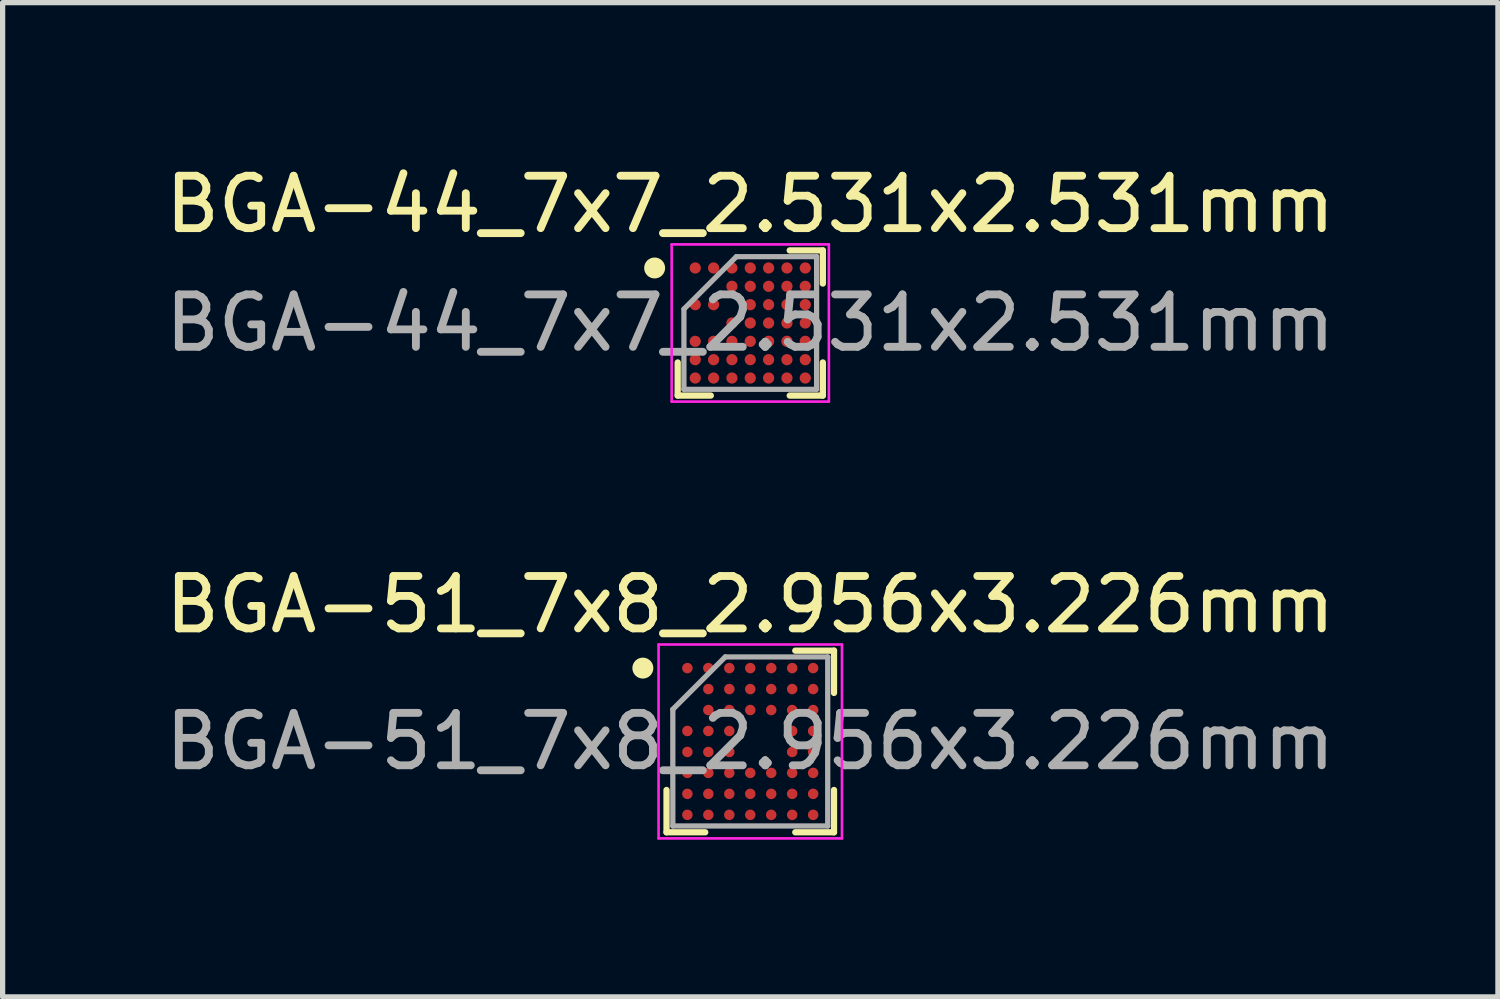
<source format=kicad_pcb>
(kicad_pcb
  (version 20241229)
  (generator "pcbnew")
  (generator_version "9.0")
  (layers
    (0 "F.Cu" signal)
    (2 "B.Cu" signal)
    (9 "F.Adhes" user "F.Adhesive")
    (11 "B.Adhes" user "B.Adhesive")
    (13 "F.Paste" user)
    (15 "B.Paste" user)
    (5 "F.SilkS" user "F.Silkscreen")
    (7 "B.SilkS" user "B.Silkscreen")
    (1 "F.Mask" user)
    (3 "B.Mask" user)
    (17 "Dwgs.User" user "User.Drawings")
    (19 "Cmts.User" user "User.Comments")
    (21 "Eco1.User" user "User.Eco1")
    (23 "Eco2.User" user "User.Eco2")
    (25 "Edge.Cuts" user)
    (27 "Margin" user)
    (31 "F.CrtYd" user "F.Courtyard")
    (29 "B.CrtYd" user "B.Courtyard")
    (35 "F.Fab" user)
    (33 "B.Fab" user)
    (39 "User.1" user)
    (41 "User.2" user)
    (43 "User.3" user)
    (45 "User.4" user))
  (footprint "BGA-44_7x7_2.531x2.531mm"
    (layer "F.Cu")
    (at 11.268 3.114)
    (property "Reference" "BGA-44_7x7_2.531x2.531mm" (at 0 -2.265 0) (layer "F.SilkS") (effects (font (size 1 1) (thickness 0.15))))
    (attr smd)
    (fp_line (start -1.385 1.385) (end -1.385 0.753) (stroke (width 0.12) (type default)) (layer "F.SilkS"))
    (fp_line (start -0.753 1.385) (end -1.385 1.385) (stroke (width 0.12) (type default)) (layer "F.SilkS"))
    (fp_line (start 0.753 -1.385) (end 1.385 -1.385) (stroke (width 0.12) (type default)) (layer "F.SilkS"))
    (fp_line (start 0.753 1.385) (end 1.385 1.385) (stroke (width 0.12) (type default)) (layer "F.SilkS"))
    (fp_line (start 1.385 -1.385) (end 1.385 -0.753) (stroke (width 0.12) (type default)) (layer "F.SilkS"))
    (fp_line (start 1.385 1.385) (end 1.385 0.753) (stroke (width 0.12) (type default)) (layer "F.SilkS"))
    (fp_circle (center -1.825 -1.05) (end -1.825 -0.95) (stroke (width 0.2) (type default)) (fill no) (layer "F.SilkS"))
    (fp_line (start -1.5 -1.5) (end 1.5 -1.5) (stroke (width 0.05) (type default)) (layer "F.CrtYd"))
    (fp_line (start -1.5 1.5) (end -1.5 -1.5) (stroke (width 0.05) (type default)) (layer "F.CrtYd"))
    (fp_line (start 1.5 -1.5) (end 1.5 1.5) (stroke (width 0.05) (type default)) (layer "F.CrtYd"))
    (fp_line (start 1.5 1.5) (end -1.5 1.5) (stroke (width 0.05) (type default)) (layer "F.CrtYd"))
    (fp_line (start -1.266 -0.266) (end -1.266 1.266) (stroke (width 0.1) (type default)) (layer "F.Fab"))
    (fp_line (start -1.266 1.266) (end 1.266 1.266) (stroke (width 0.1) (type default)) (layer "F.Fab"))
    (fp_line (start -0.266 -1.266) (end -1.266 -0.266) (stroke (width 0.1) (type default)) (layer "F.Fab"))
    (fp_line (start 1.266 -1.266) (end -0.266 -1.266) (stroke (width 0.1) (type default)) (layer "F.Fab"))
    (fp_line (start 1.266 1.266) (end 1.266 -1.266) (stroke (width 0.1) (type default)) (layer "F.Fab"))
    (fp_text user "${REFERENCE}" (at 0 0 0) (layer "F.Fab") (effects (font (size 1 1) (thickness 0.15))))
    (pad "A1" smd circle (at -1.05 -1.05) (size 0.214 0.214) (layers "F.Cu" "F.Mask" "F.Paste"))
    (pad "A2" smd circle (at -0.7 -1.05) (size 0.214 0.214) (layers "F.Cu" "F.Mask" "F.Paste"))
    (pad "A3" smd circle (at -0.35 -1.05) (size 0.214 0.214) (layers "F.Cu" "F.Mask" "F.Paste"))
    (pad "A4" smd circle (at 0 -1.05) (size 0.214 0.214) (layers "F.Cu" "F.Mask" "F.Paste"))
    (pad "A5" smd circle (at 0.35 -1.05) (size 0.214 0.214) (layers "F.Cu" "F.Mask" "F.Paste"))
    (pad "A6" smd circle (at 0.7 -1.05) (size 0.214 0.214) (layers "F.Cu" "F.Mask" "F.Paste"))
    (pad "A7" smd circle (at 1.05 -1.05) (size 0.214 0.214) (layers "F.Cu" "F.Mask" "F.Paste"))
    (pad "B3" smd circle (at -0.35 -0.7) (size 0.214 0.214) (layers "F.Cu" "F.Mask" "F.Paste"))
    (pad "B4" smd circle (at 0 -0.7) (size 0.214 0.214) (layers "F.Cu" "F.Mask" "F.Paste"))
    (pad "B5" smd circle (at 0.35 -0.7) (size 0.214 0.214) (layers "F.Cu" "F.Mask" "F.Paste"))
    (pad "B6" smd circle (at 0.7 -0.7) (size 0.214 0.214) (layers "F.Cu" "F.Mask" "F.Paste"))
    (pad "B7" smd circle (at 1.05 -0.7) (size 0.214 0.214) (layers "F.Cu" "F.Mask" "F.Paste"))
    (pad "C1" smd circle (at -1.05 -0.35) (size 0.214 0.214) (layers "F.Cu" "F.Mask" "F.Paste"))
    (pad "C2" smd circle (at -0.7 -0.35) (size 0.214 0.214) (layers "F.Cu" "F.Mask" "F.Paste"))
    (pad "C4" smd circle (at 0 -0.35) (size 0.214 0.214) (layers "F.Cu" "F.Mask" "F.Paste"))
    (pad "C5" smd circle (at 0.35 -0.35) (size 0.214 0.214) (layers "F.Cu" "F.Mask" "F.Paste"))
    (pad "C6" smd circle (at 0.7 -0.35) (size 0.214 0.214) (layers "F.Cu" "F.Mask" "F.Paste"))
    (pad "C7" smd circle (at 1.05 -0.35) (size 0.214 0.214) (layers "F.Cu" "F.Mask" "F.Paste"))
    (pad "D3" smd circle (at -0.35 0) (size 0.214 0.214) (layers "F.Cu" "F.Mask" "F.Paste"))
    (pad "D4" smd circle (at 0 0) (size 0.214 0.214) (layers "F.Cu" "F.Mask" "F.Paste"))
    (pad "D5" smd circle (at 0.35 0) (size 0.214 0.214) (layers "F.Cu" "F.Mask" "F.Paste"))
    (pad "D6" smd circle (at 0.7 0) (size 0.214 0.214) (layers "F.Cu" "F.Mask" "F.Paste"))
    (pad "D7" smd circle (at 1.05 0) (size 0.214 0.214) (layers "F.Cu" "F.Mask" "F.Paste"))
    (pad "E1" smd circle (at -1.05 0.35) (size 0.214 0.214) (layers "F.Cu" "F.Mask" "F.Paste"))
    (pad "E2" smd circle (at -0.7 0.35) (size 0.214 0.214) (layers "F.Cu" "F.Mask" "F.Paste"))
    (pad "E3" smd circle (at -0.35 0.35) (size 0.214 0.214) (layers "F.Cu" "F.Mask" "F.Paste"))
    (pad "E4" smd circle (at 0 0.35) (size 0.214 0.214) (layers "F.Cu" "F.Mask" "F.Paste"))
    (pad "E5" smd circle (at 0.35 0.35) (size 0.214 0.214) (layers "F.Cu" "F.Mask" "F.Paste"))
    (pad "E6" smd circle (at 0.7 0.35) (size 0.214 0.214) (layers "F.Cu" "F.Mask" "F.Paste"))
    (pad "E7" smd circle (at 1.05 0.35) (size 0.214 0.214) (layers "F.Cu" "F.Mask" "F.Paste"))
    (pad "F1" smd circle (at -1.05 0.7) (size 0.214 0.214) (layers "F.Cu" "F.Mask" "F.Paste"))
    (pad "F2" smd circle (at -0.7 0.7) (size 0.214 0.214) (layers "F.Cu" "F.Mask" "F.Paste"))
    (pad "F3" smd circle (at -0.35 0.7) (size 0.214 0.214) (layers "F.Cu" "F.Mask" "F.Paste"))
    (pad "F4" smd circle (at 0 0.7) (size 0.214 0.214) (layers "F.Cu" "F.Mask" "F.Paste"))
    (pad "F5" smd circle (at 0.35 0.7) (size 0.214 0.214) (layers "F.Cu" "F.Mask" "F.Paste"))
    (pad "F6" smd circle (at 0.7 0.7) (size 0.214 0.214) (layers "F.Cu" "F.Mask" "F.Paste"))
    (pad "F7" smd circle (at 1.05 0.7) (size 0.214 0.214) (layers "F.Cu" "F.Mask" "F.Paste"))
    (pad "G1" smd circle (at -1.05 1.05) (size 0.214 0.214) (layers "F.Cu" "F.Mask" "F.Paste"))
    (pad "G2" smd circle (at -0.7 1.05) (size 0.214 0.214) (layers "F.Cu" "F.Mask" "F.Paste"))
    (pad "G3" smd circle (at -0.35 1.05) (size 0.214 0.214) (layers "F.Cu" "F.Mask" "F.Paste"))
    (pad "G4" smd circle (at 0 1.05) (size 0.214 0.214) (layers "F.Cu" "F.Mask" "F.Paste"))
    (pad "G5" smd circle (at 0.35 1.05) (size 0.214 0.214) (layers "F.Cu" "F.Mask" "F.Paste"))
    (pad "G6" smd circle (at 0.7 1.05) (size 0.214 0.214) (layers "F.Cu" "F.Mask" "F.Paste"))
    (pad "G7" smd circle (at 1.05 1.05) (size 0.214 0.214) (layers "F.Cu" "F.Mask" "F.Paste")))
  (footprint "BGA-51_7x8_2.956x3.226mm"
    (layer "F.Cu")
    (at 11.268 11.1)
    (property "Reference" "BGA-51_7x8_2.956x3.226mm" (at 0 -2.613 0) (layer "F.SilkS") (effects (font (size 1 1) (thickness 0.15))))
    (attr smd)
    (fp_line (start -1.598 1.733) (end -1.598 0.926) (stroke (width 0.12) (type default)) (layer "F.SilkS"))
    (fp_line (start -0.859 1.733) (end -1.598 1.733) (stroke (width 0.12) (type default)) (layer "F.SilkS"))
    (fp_line (start 0.859 -1.733) (end 1.598 -1.733) (stroke (width 0.12) (type default)) (layer "F.SilkS"))
    (fp_line (start 0.859 1.733) (end 1.598 1.733) (stroke (width 0.12) (type default)) (layer "F.SilkS"))
    (fp_line (start 1.598 -1.733) (end 1.598 -0.926) (stroke (width 0.12) (type default)) (layer "F.SilkS"))
    (fp_line (start 1.598 1.733) (end 1.598 0.926) (stroke (width 0.12) (type default)) (layer "F.SilkS"))
    (fp_circle (center -2.05 -1.4) (end -2.05 -1.3) (stroke (width 0.2) (type default)) (fill no) (layer "F.SilkS"))
    (fp_line (start -1.75 -1.85) (end 1.75 -1.85) (stroke (width 0.05) (type default)) (layer "F.CrtYd"))
    (fp_line (start -1.75 1.85) (end -1.75 -1.85) (stroke (width 0.05) (type default)) (layer "F.CrtYd"))
    (fp_line (start 1.75 -1.85) (end 1.75 1.85) (stroke (width 0.05) (type default)) (layer "F.CrtYd"))
    (fp_line (start 1.75 1.85) (end -1.75 1.85) (stroke (width 0.05) (type default)) (layer "F.CrtYd"))
    (fp_line (start -1.478 -0.613) (end -1.478 1.613) (stroke (width 0.1) (type default)) (layer "F.Fab"))
    (fp_line (start -1.478 1.613) (end 1.478 1.613) (stroke (width 0.1) (type default)) (layer "F.Fab"))
    (fp_line (start -0.478 -1.613) (end -1.478 -0.613) (stroke (width 0.1) (type default)) (layer "F.Fab"))
    (fp_line (start 1.478 -1.613) (end -0.478 -1.613) (stroke (width 0.1) (type default)) (layer "F.Fab"))
    (fp_line (start 1.478 1.613) (end 1.478 -1.613) (stroke (width 0.1) (type default)) (layer "F.Fab"))
    (fp_text user "${REFERENCE}" (at 0 0 0) (layer "F.Fab") (effects (font (size 1 1) (thickness 0.15))))
    (pad "A1" smd circle (at -1.2 -1.4) (size 0.2 0.2) (layers "F.Cu" "F.Mask" "F.Paste"))
    (pad "A2" smd circle (at -0.8 -1.4) (size 0.2 0.2) (layers "F.Cu" "F.Mask" "F.Paste"))
    (pad "A3" smd circle (at -0.4 -1.4) (size 0.2 0.2) (layers "F.Cu" "F.Mask" "F.Paste"))
    (pad "A4" smd circle (at 0 -1.4) (size 0.2 0.2) (layers "F.Cu" "F.Mask" "F.Paste"))
    (pad "A5" smd circle (at 0.4 -1.4) (size 0.2 0.2) (layers "F.Cu" "F.Mask" "F.Paste"))
    (pad "A6" smd circle (at 0.8 -1.4) (size 0.2 0.2) (layers "F.Cu" "F.Mask" "F.Paste"))
    (pad "A7" smd circle (at 1.2 -1.4) (size 0.2 0.2) (layers "F.Cu" "F.Mask" "F.Paste"))
    (pad "B2" smd circle (at -0.8 -1) (size 0.2 0.2) (layers "F.Cu" "F.Mask" "F.Paste"))
    (pad "B3" smd circle (at -0.4 -1) (size 0.2 0.2) (layers "F.Cu" "F.Mask" "F.Paste"))
    (pad "B4" smd circle (at 0 -1) (size 0.2 0.2) (layers "F.Cu" "F.Mask" "F.Paste"))
    (pad "B5" smd circle (at 0.4 -1) (size 0.2 0.2) (layers "F.Cu" "F.Mask" "F.Paste"))
    (pad "B6" smd circle (at 0.8 -1) (size 0.2 0.2) (layers "F.Cu" "F.Mask" "F.Paste"))
    (pad "B7" smd circle (at 1.2 -1) (size 0.2 0.2) (layers "F.Cu" "F.Mask" "F.Paste"))
    (pad "C2" smd circle (at -0.8 -0.6) (size 0.2 0.2) (layers "F.Cu" "F.Mask" "F.Paste"))
    (pad "C3" smd circle (at -0.4 -0.6) (size 0.2 0.2) (layers "F.Cu" "F.Mask" "F.Paste"))
    (pad "C4" smd circle (at 0 -0.6) (size 0.2 0.2) (layers "F.Cu" "F.Mask" "F.Paste"))
    (pad "C5" smd circle (at 0.4 -0.6) (size 0.2 0.2) (layers "F.Cu" "F.Mask" "F.Paste"))
    (pad "C6" smd circle (at 0.8 -0.6) (size 0.2 0.2) (layers "F.Cu" "F.Mask" "F.Paste"))
    (pad "C7" smd circle (at 1.2 -0.6) (size 0.2 0.2) (layers "F.Cu" "F.Mask" "F.Paste"))
    (pad "D1" smd circle (at -1.2 -0.2) (size 0.2 0.2) (layers "F.Cu" "F.Mask" "F.Paste"))
    (pad "D2" smd circle (at -0.8 -0.2) (size 0.2 0.2) (layers "F.Cu" "F.Mask" "F.Paste"))
    (pad "D3" smd circle (at -0.4 -0.2) (size 0.2 0.2) (layers "F.Cu" "F.Mask" "F.Paste"))
    (pad "D6" smd circle (at 0.8 -0.2) (size 0.2 0.2) (layers "F.Cu" "F.Mask" "F.Paste"))
    (pad "D7" smd circle (at 1.2 -0.2) (size 0.2 0.2) (layers "F.Cu" "F.Mask" "F.Paste"))
    (pad "E1" smd circle (at -1.2 0.2) (size 0.2 0.2) (layers "F.Cu" "F.Mask" "F.Paste"))
    (pad "E2" smd circle (at -0.8 0.2) (size 0.2 0.2) (layers "F.Cu" "F.Mask" "F.Paste"))
    (pad "E3" smd circle (at -0.4 0.2) (size 0.2 0.2) (layers "F.Cu" "F.Mask" "F.Paste"))
    (pad "E6" smd circle (at 0.8 0.2) (size 0.2 0.2) (layers "F.Cu" "F.Mask" "F.Paste"))
    (pad "E7" smd circle (at 1.2 0.2) (size 0.2 0.2) (layers "F.Cu" "F.Mask" "F.Paste"))
    (pad "F1" smd circle (at -1.2 0.6) (size 0.2 0.2) (layers "F.Cu" "F.Mask" "F.Paste"))
    (pad "F2" smd circle (at -0.8 0.6) (size 0.2 0.2) (layers "F.Cu" "F.Mask" "F.Paste"))
    (pad "F3" smd circle (at -0.4 0.6) (size 0.2 0.2) (layers "F.Cu" "F.Mask" "F.Paste"))
    (pad "F4" smd circle (at 0 0.6) (size 0.2 0.2) (layers "F.Cu" "F.Mask" "F.Paste"))
    (pad "F5" smd circle (at 0.4 0.6) (size 0.2 0.2) (layers "F.Cu" "F.Mask" "F.Paste"))
    (pad "F6" smd circle (at 0.8 0.6) (size 0.2 0.2) (layers "F.Cu" "F.Mask" "F.Paste"))
    (pad "F7" smd circle (at 1.2 0.6) (size 0.2 0.2) (layers "F.Cu" "F.Mask" "F.Paste"))
    (pad "G1" smd circle (at -1.2 1) (size 0.2 0.2) (layers "F.Cu" "F.Mask" "F.Paste"))
    (pad "G2" smd circle (at -0.8 1) (size 0.2 0.2) (layers "F.Cu" "F.Mask" "F.Paste"))
    (pad "G3" smd circle (at -0.4 1) (size 0.2 0.2) (layers "F.Cu" "F.Mask" "F.Paste"))
    (pad "G4" smd circle (at 0 1) (size 0.2 0.2) (layers "F.Cu" "F.Mask" "F.Paste"))
    (pad "G5" smd circle (at 0.4 1) (size 0.2 0.2) (layers "F.Cu" "F.Mask" "F.Paste"))
    (pad "G6" smd circle (at 0.8 1) (size 0.2 0.2) (layers "F.Cu" "F.Mask" "F.Paste"))
    (pad "G7" smd circle (at 1.2 1) (size 0.2 0.2) (layers "F.Cu" "F.Mask" "F.Paste"))
    (pad "H1" smd circle (at -1.2 1.4) (size 0.2 0.2) (layers "F.Cu" "F.Mask" "F.Paste"))
    (pad "H2" smd circle (at -0.8 1.4) (size 0.2 0.2) (layers "F.Cu" "F.Mask" "F.Paste"))
    (pad "H3" smd circle (at -0.4 1.4) (size 0.2 0.2) (layers "F.Cu" "F.Mask" "F.Paste"))
    (pad "H4" smd circle (at 0 1.4) (size 0.2 0.2) (layers "F.Cu" "F.Mask" "F.Paste"))
    (pad "H5" smd circle (at 0.4 1.4) (size 0.2 0.2) (layers "F.Cu" "F.Mask" "F.Paste"))
    (pad "H6" smd circle (at 0.8 1.4) (size 0.2 0.2) (layers "F.Cu" "F.Mask" "F.Paste"))
    (pad "H7" smd circle (at 1.2 1.4) (size 0.2 0.2) (layers "F.Cu" "F.Mask" "F.Paste")))
  (gr_rect
    (start -3 -3)
    (end 25.536 15.975)
    (stroke (width 0.1) (type default))
    (fill no)
    (layer "Edge.Cuts")))
</source>
